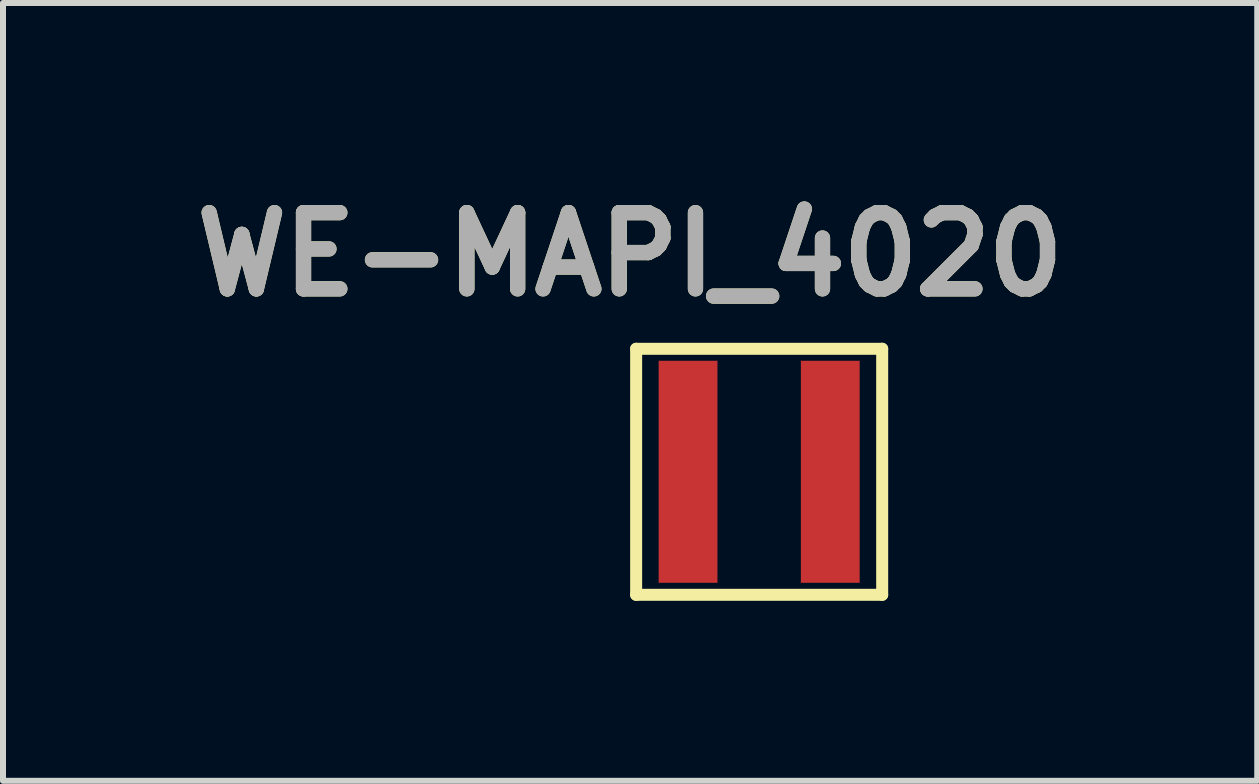
<source format=kicad_pcb>
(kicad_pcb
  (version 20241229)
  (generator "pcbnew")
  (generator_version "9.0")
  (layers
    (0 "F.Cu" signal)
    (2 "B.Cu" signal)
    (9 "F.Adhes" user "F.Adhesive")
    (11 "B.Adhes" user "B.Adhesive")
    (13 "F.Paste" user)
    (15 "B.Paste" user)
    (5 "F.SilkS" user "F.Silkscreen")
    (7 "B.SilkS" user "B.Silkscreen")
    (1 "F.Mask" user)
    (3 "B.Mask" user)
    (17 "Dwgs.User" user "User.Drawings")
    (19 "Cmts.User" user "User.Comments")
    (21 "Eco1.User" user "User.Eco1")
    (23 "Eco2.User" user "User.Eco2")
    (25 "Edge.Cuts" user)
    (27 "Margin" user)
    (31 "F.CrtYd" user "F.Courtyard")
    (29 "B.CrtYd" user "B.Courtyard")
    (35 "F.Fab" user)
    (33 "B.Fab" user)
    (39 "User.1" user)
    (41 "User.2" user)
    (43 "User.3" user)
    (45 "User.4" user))
  (footprint "WE-MAPI_4020"
    (layer "F.Cu")
    (at 9.601 4.812)
    (property "Reference" "WE-MAPI_4020" (at -2.15 -3.623 0) (layer "F.SilkS") (effects (font (size 1.27 1.27) (thickness 0.254))))
    (attr smd)
    (fp_line (start -2.05 -2.05) (end 2.05 -2.05) (stroke (width 0.2) (type solid)) (layer "F.SilkS"))
    (fp_line (start -2.05 2.05) (end -2.05 -2.05) (stroke (width 0.2) (type solid)) (layer "F.SilkS"))
    (fp_line (start 2.05 -2.05) (end 2.05 2.05) (stroke (width 0.2) (type solid)) (layer "F.SilkS"))
    (fp_line (start 2.05 2.05) (end -2.05 2.05) (stroke (width 0.2) (type solid)) (layer "F.SilkS"))
    (fp_text user "${REFERENCE}" (at -2.15 -3.623 0) (layer "F.Fab") (effects (font (size 1.27 1.27) (thickness 0.254))))
    (pad "1" smd rect (at -1.185 0) (size 0.98 3.7) (layers "F.Cu" "F.Mask" "F.Paste"))
    (pad "2" smd rect (at 1.185 0) (size 0.98 3.7) (layers "F.Cu" "F.Mask" "F.Paste")))
  (gr_rect
    (start -3 -3)
    (end 17.901 9.962)
    (stroke (width 0.1) (type default))
    (fill no)
    (layer "Edge.Cuts")))
</source>
